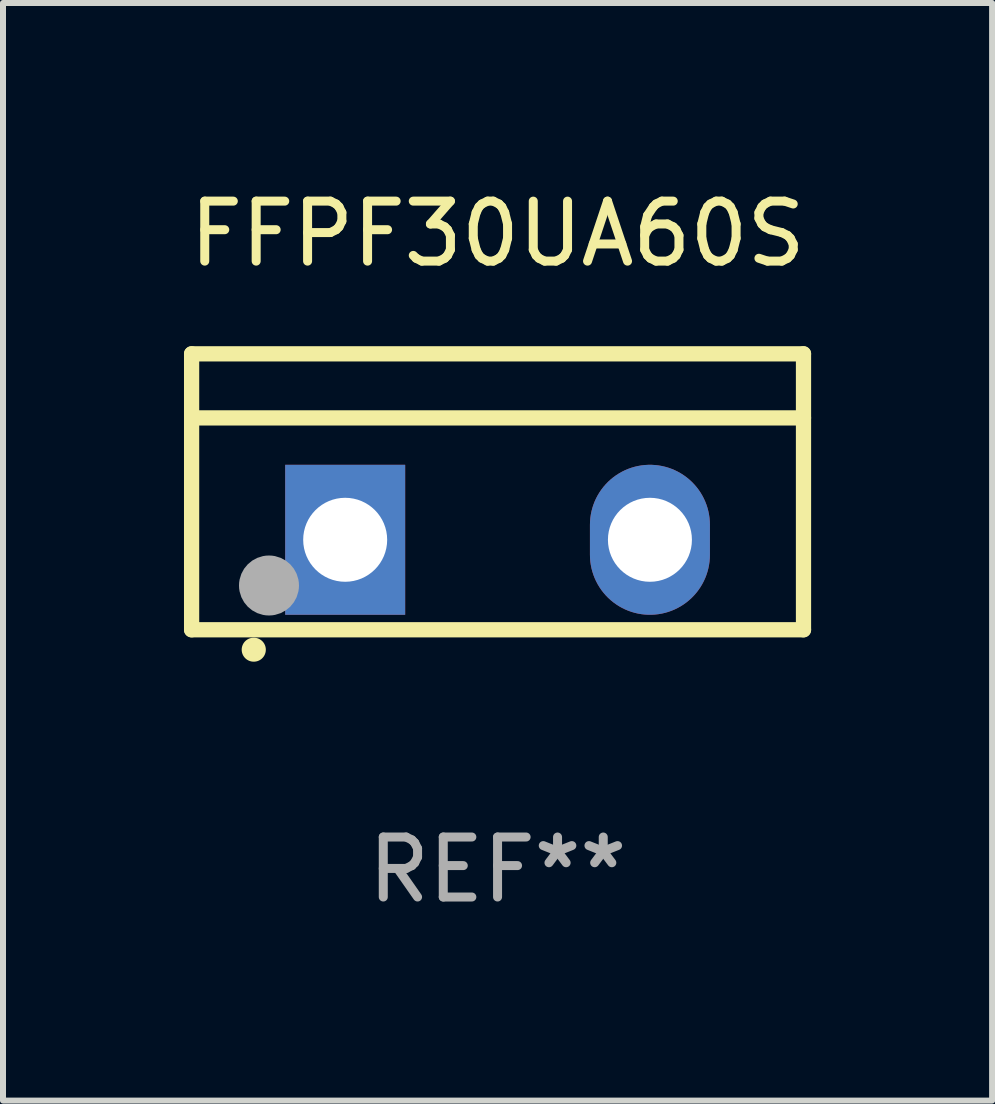
<source format=kicad_pcb>
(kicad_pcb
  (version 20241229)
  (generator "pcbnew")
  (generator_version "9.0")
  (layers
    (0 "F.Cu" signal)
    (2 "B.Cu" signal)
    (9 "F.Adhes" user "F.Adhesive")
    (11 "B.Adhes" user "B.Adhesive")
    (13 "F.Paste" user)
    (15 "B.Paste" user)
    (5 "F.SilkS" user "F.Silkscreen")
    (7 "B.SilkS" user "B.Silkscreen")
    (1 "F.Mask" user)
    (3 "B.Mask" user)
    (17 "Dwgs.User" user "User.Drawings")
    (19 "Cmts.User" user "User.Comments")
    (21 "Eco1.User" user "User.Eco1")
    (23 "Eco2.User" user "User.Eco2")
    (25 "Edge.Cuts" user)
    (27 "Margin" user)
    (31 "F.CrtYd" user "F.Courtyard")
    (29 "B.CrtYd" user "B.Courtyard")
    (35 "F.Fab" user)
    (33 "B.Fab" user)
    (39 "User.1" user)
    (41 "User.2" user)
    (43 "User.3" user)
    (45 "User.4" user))
  (footprint "FFPF30UA60S"
    (layer "F.Cu")
    (at 5.244 5.148)
    (property "Reference" "FFPF30UA60S" (at 0 -4.3 0) (layer "F.SilkS") (effects (font (size 1 1) (thickness 0.15))))
    (attr through_hole)
    (fp_line (start -5.1 -2.3) (end -5.1 2.3) (stroke (width 0.254) (type solid)) (layer "F.SilkS"))
    (fp_line (start -5.1 2.3) (end 5.1 2.3) (stroke (width 0.254) (type solid)) (layer "F.SilkS"))
    (fp_line (start -5.08 -1.232) (end 5.1 -1.232) (stroke (width 0.254) (type solid)) (layer "F.SilkS"))
    (fp_line (start 5.1 -2.3) (end -5.1 -2.3) (stroke (width 0.254) (type solid)) (layer "F.SilkS"))
    (fp_line (start 5.1 -2.3) (end 5.1 2.3) (stroke (width 0.254) (type solid)) (layer "F.SilkS"))
    (fp_arc (start -4.065278 2.632004) (mid -4.064008 2.632) (end -4.062738 2.632004) (stroke (width 0.4) (type solid)) (layer "F.SilkS"))
    (fp_circle (center -5.1 2.32) (end -5.07 2.32) (stroke (width 0.06) (type solid)) (fill no) (layer "F.SilkS"))
    (fp_circle (center -3.81 1.562) (end -3.56 1.562) (stroke (width 0.5) (type solid)) (fill no) (layer "F.Fab"))
    (fp_text user "REF**" (at 0 6.3 0) (layer "F.Fab") (effects (font (size 1 1) (thickness 0.15))))
    (pad "1" thru_hole rect (at -2.54 0.8) (size 2 2.5) (drill 1.4) (layers "*.Cu" "*.Mask"))
    (pad "2" thru_hole oval (at 2.54 0.8) (size 2 2.5) (drill 1.4) (layers "*.Cu" "*.Mask")))
  (gr_rect
    (start -3 -3)
    (end 13.488 15.296)
    (stroke (width 0.1) (type default))
    (fill no)
    (layer "Edge.Cuts")))
</source>
